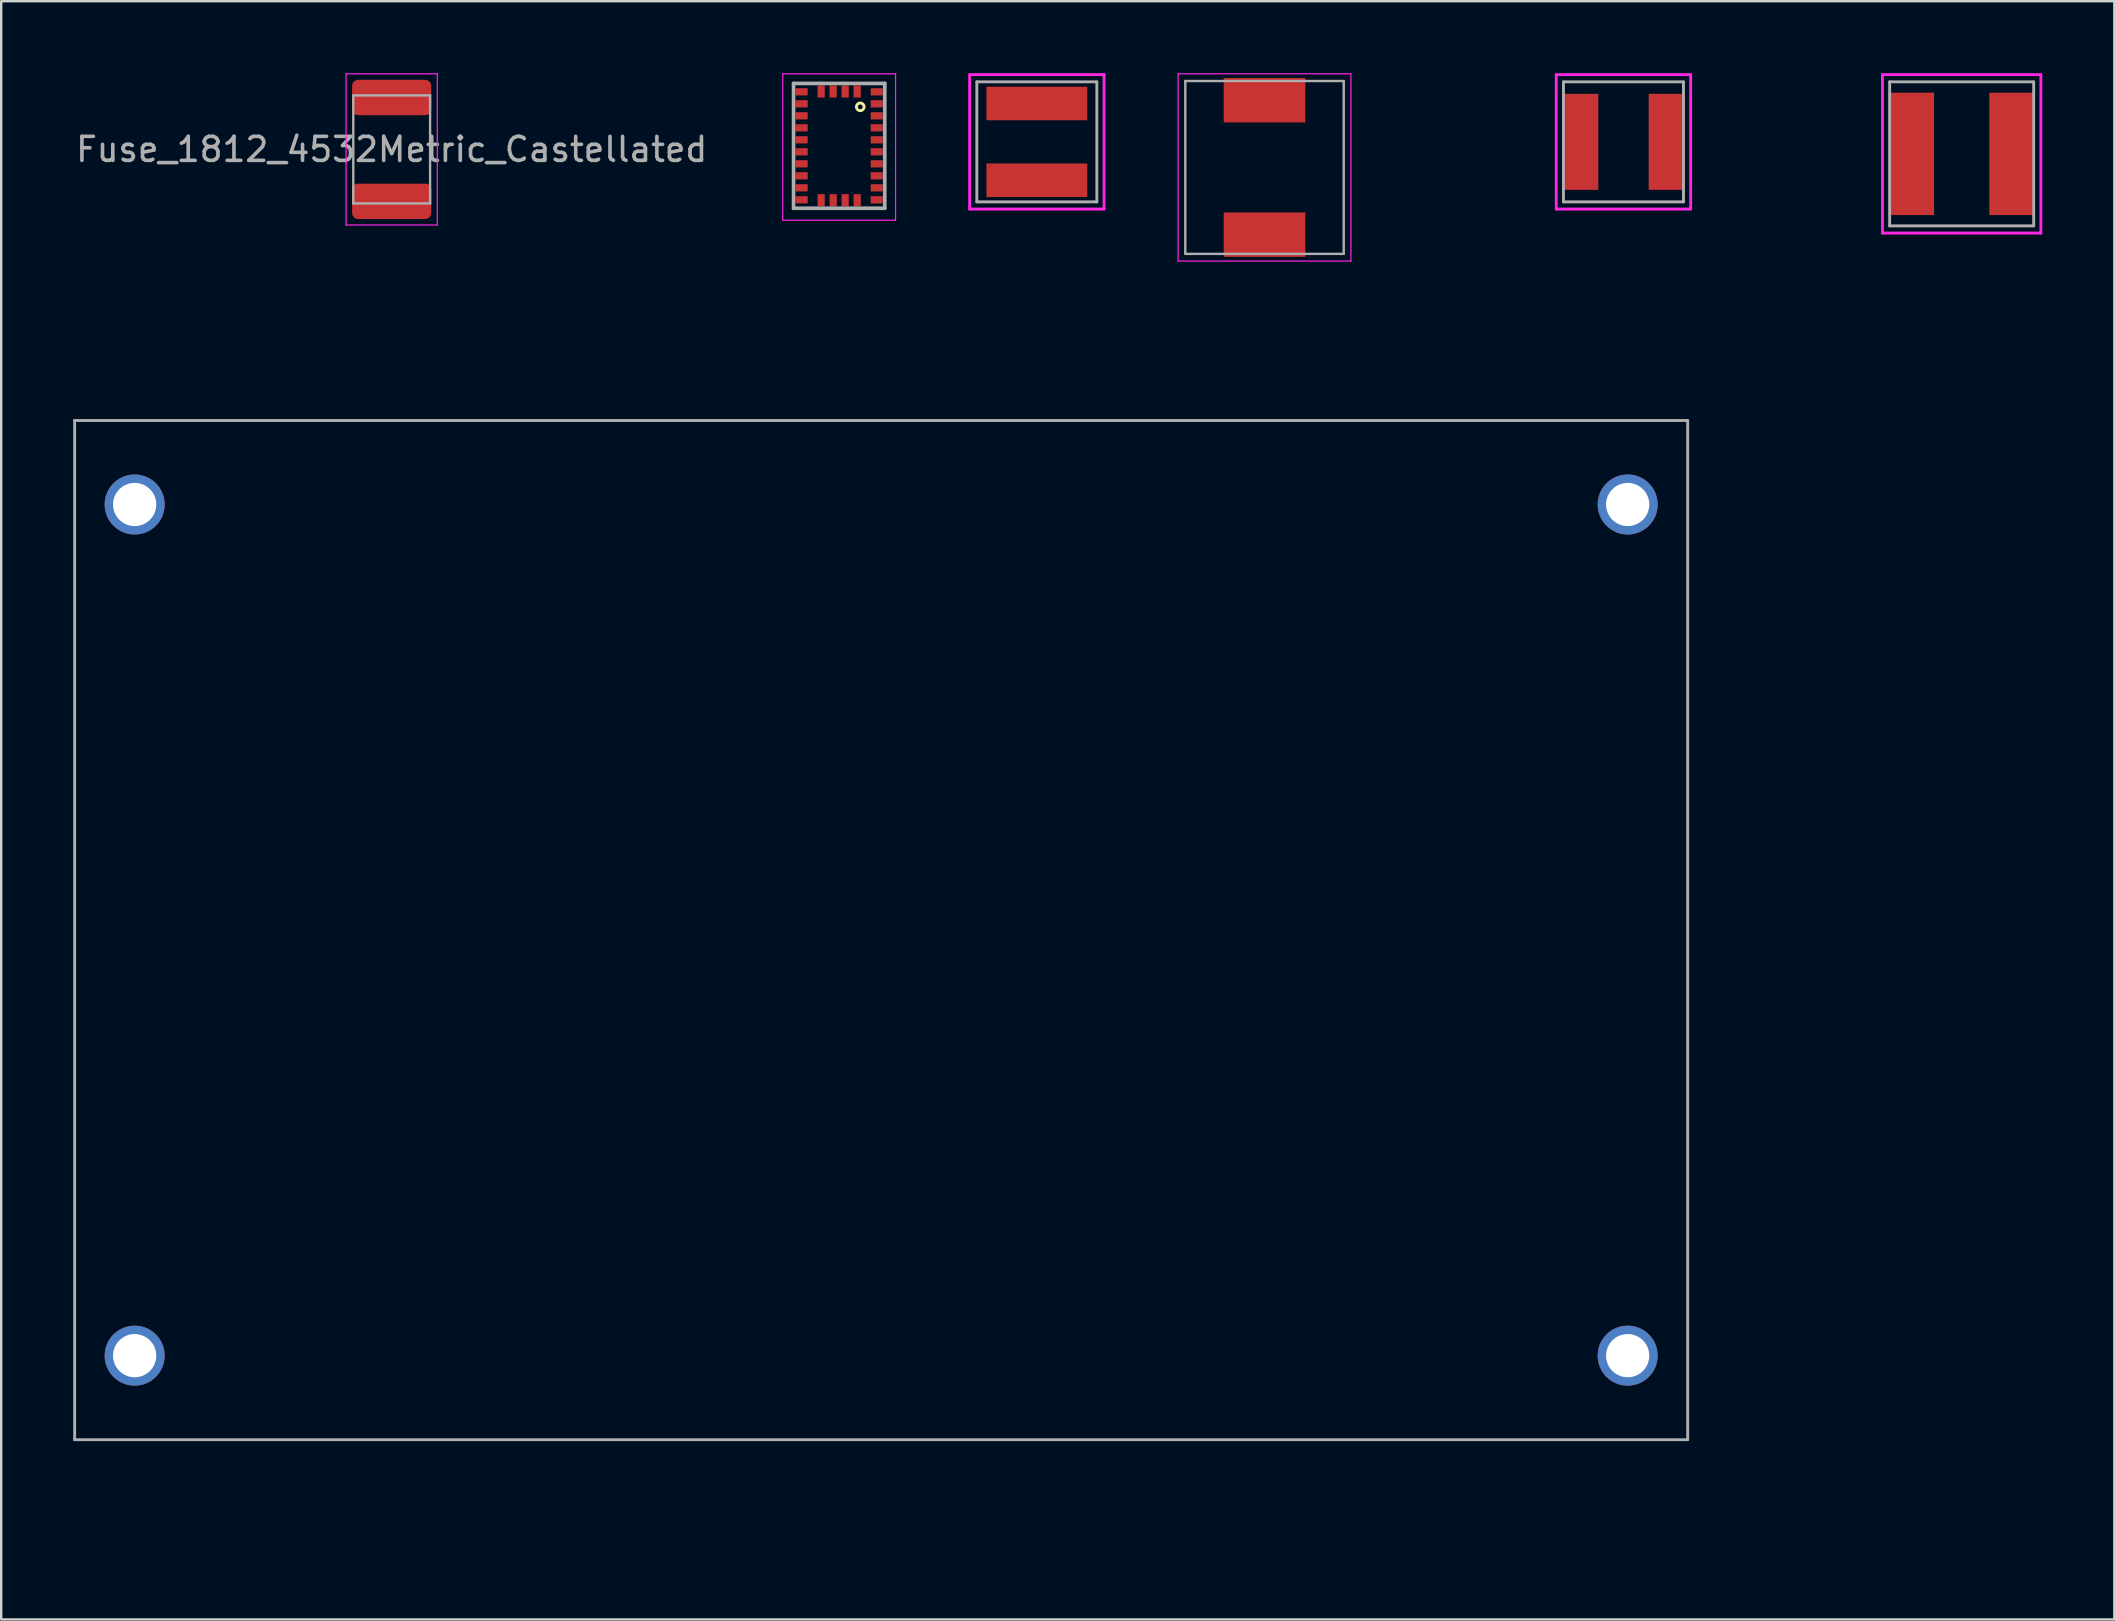
<source format=kicad_pcb>
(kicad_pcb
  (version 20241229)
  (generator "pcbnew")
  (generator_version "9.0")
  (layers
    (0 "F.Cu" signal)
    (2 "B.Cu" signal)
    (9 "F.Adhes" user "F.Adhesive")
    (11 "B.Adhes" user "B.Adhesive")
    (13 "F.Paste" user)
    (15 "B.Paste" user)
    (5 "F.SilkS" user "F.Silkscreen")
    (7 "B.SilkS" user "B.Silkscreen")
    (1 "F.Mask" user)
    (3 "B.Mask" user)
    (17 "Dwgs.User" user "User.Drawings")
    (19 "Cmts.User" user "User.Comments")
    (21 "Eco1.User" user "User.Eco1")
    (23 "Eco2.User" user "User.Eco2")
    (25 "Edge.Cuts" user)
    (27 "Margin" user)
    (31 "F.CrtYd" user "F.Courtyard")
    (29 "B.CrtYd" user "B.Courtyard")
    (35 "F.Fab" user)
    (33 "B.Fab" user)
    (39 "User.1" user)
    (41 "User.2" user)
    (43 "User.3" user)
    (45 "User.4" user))
  (footprint "Fuse_1812_4532Metric_Castellated"
    (layer "F.Cu")
    (at 13.268 3.175)
    (property "Reference" "Fuse_1812_4532Metric_Castellated" (at 0.117 -0.163 180) (layer "Eco2.User") (effects (font (size 0.3 0.3) (thickness 0.075))))
    (attr smd)
    (fp_line (start -1.9 -3.15) (end 1.9 -3.15) (stroke (width 0.05) (type solid)) (layer "F.CrtYd"))
    (fp_line (start -1.9 3.15) (end -1.9 -3.15) (stroke (width 0.05) (type solid)) (layer "F.CrtYd"))
    (fp_line (start 1.9 -3.15) (end 1.9 3.15) (stroke (width 0.05) (type solid)) (layer "F.CrtYd"))
    (fp_line (start 1.9 3.15) (end -1.9 3.15) (stroke (width 0.05) (type solid)) (layer "F.CrtYd"))
    (fp_line (start -1.6 -2.25) (end 1.6 -2.25) (stroke (width 0.1) (type solid)) (layer "F.Fab"))
    (fp_line (start -1.6 2.25) (end -1.6 -2.25) (stroke (width 0.1) (type solid)) (layer "F.Fab"))
    (fp_line (start 1.6 -2.25) (end 1.6 2.25) (stroke (width 0.1) (type solid)) (layer "F.Fab"))
    (fp_line (start 1.6 2.25) (end -1.6 2.25) (stroke (width 0.1) (type solid)) (layer "F.Fab"))
    (fp_text user "${REFERENCE}" (at 0 0 180) (layer "F.Fab") (effects (font (size 1 1) (thickness 0.15))))
    (pad "1" smd roundrect (at 0 2.163 90) (size 1.475 3.3) (layers "F.Cu" "F.Mask" "F.Paste") (roundrect_rratio 0.169))
    (pad "2" smd roundrect (at 0 -2.163 90) (size 1.475 3.3) (layers "F.Cu" "F.Mask" "F.Paste") (roundrect_rratio 0.169)))
  (footprint "Inductor_7.1x6.5mm"
    (layer "F.Cu")
    (at 49.631 3.925)
    (property "Reference" "Inductor_7.1x6.5mm" (at 0.081 0.041 180) (layer "Eco2.User") (effects (font (size 0.3 0.3) (thickness 0.075))))
    (attr smd)
    (fp_line (start -3.6 3.9) (end -3.6 -3.9) (stroke (width 0.05) (type solid)) (layer "F.CrtYd"))
    (fp_line (start 3.6 -3.9) (end -3.6 -3.9) (stroke (width 0.05) (type solid)) (layer "F.CrtYd"))
    (fp_line (start 3.6 -3.9) (end 3.6 3.9) (stroke (width 0.05) (type solid)) (layer "F.CrtYd"))
    (fp_line (start 3.6 3.9) (end -3.6 3.9) (stroke (width 0.05) (type solid)) (layer "F.CrtYd"))
    (fp_line (start -3.3 -3.6) (end -3.3 3.6) (stroke (width 0.1) (type solid)) (layer "F.Fab"))
    (fp_line (start -3.3 -3.6) (end 3.3 -3.6) (stroke (width 0.1) (type solid)) (layer "F.Fab"))
    (fp_line (start 3.3 -3.6) (end 3.3 3.6) (stroke (width 0.1) (type solid)) (layer "F.Fab"))
    (fp_line (start 3.3 3.6) (end -3.3 3.6) (stroke (width 0.1) (type solid)) (layer "F.Fab"))
    (pad "1" smd rect (at 0 -2.8 270) (size 1.85 3.4) (layers "F.Cu" "F.Mask" "F.Paste"))
    (pad "2" smd rect (at 0 2.8 270) (size 1.85 3.4) (layers "F.Cu" "F.Mask" "F.Paste")))
  (footprint "Inductor_TDK_5x5mm"
    (layer "F.Cu")
    (at 64.585 2.86)
    (property "Reference" "Inductor_TDK_5x5mm" (at -0.3 7.7 180) (layer "Eco2.User") (effects (font (size 1 1) (thickness 0.15))))
    (attr smd)
    (fp_line (start -2.8 -2.8) (end 2.8 -2.8) (stroke (width 0.12) (type solid)) (layer "F.CrtYd"))
    (fp_line (start -2.8 2.8) (end -2.8 -2.8) (stroke (width 0.12) (type solid)) (layer "F.CrtYd"))
    (fp_line (start 2.8 -2.8) (end 2.8 2.8) (stroke (width 0.12) (type solid)) (layer "F.CrtYd"))
    (fp_line (start 2.8 2.8) (end -2.8 2.8) (stroke (width 0.12) (type solid)) (layer "F.CrtYd"))
    (fp_line (start -2.5 -2.5) (end -2.5 2.5) (stroke (width 0.12) (type solid)) (layer "F.Fab"))
    (fp_line (start -2.5 2.5) (end 2.5 2.5) (stroke (width 0.12) (type solid)) (layer "F.Fab"))
    (fp_line (start 2.5 -2.5) (end -2.5 -2.5) (stroke (width 0.12) (type solid)) (layer "F.Fab"))
    (fp_line (start 2.5 2.5) (end 2.5 -2.5) (stroke (width 0.12) (type solid)) (layer "F.Fab"))
    (pad "1" smd rect (at -1.8 0) (size 1.5 4) (layers "F.Cu" "F.Mask" "F.Paste"))
    (pad "2" smd rect (at 1.8 0) (size 1.5 4) (layers "F.Cu" "F.Mask" "F.Paste")))
  (footprint "IMU-BNO055"
    (layer "F.Cu")
    (at 31.905 3.027)
    (property "Reference" "IMU-BNO055" (at 0.224 -0.051 180) (layer "Eco2.User") (effects (font (size 0.3 0.3) (thickness 0.075))))
    (attr smd)
    (fp_circle (center 0.884 -1.626) (end 0.884 -1.466) (stroke (width 0.12) (type solid)) (fill no) (layer "F.SilkS"))
    (fp_line (start -2.345 -3.002) (end -2.345 3.098) (stroke (width 0.05) (type solid)) (layer "F.CrtYd"))
    (fp_line (start -2.345 3.098) (end 2.305 3.098) (stroke (width 0.05) (type solid)) (layer "F.CrtYd"))
    (fp_line (start 2.305 3.098) (end 2.355 3.098) (stroke (width 0.05) (type solid)) (layer "F.CrtYd"))
    (fp_line (start 2.355 -3.002) (end -2.345 -3.002) (stroke (width 0.05) (type solid)) (layer "F.CrtYd"))
    (fp_line (start 2.355 3.098) (end 2.355 -3.002) (stroke (width 0.05) (type solid)) (layer "F.CrtYd"))
    (fp_line (start -1.895 -2.602) (end -1.895 2.598) (stroke (width 0.152) (type solid)) (layer "F.Fab"))
    (fp_line (start 1.905 -2.602) (end -1.895 -2.602) (stroke (width 0.152) (type solid)) (layer "F.Fab"))
    (fp_line (start 1.905 -2.602) (end 1.905 2.598) (stroke (width 0.152) (type solid)) (layer "F.Fab"))
    (fp_line (start 1.905 2.598) (end -1.895 2.598) (stroke (width 0.152) (type solid)) (layer "F.Fab"))
    (pad "1" smd rect (at 1.568 -2.252 270) (size 0.3 0.5) (layers "F.Cu" "F.Mask" "F.Paste"))
    (pad "2" smd rect (at 0.755 -2.264) (size 0.3 0.5) (layers "F.Cu" "F.Mask" "F.Paste"))
    (pad "3" smd rect (at 0.255 -2.264) (size 0.3 0.5) (layers "F.Cu" "F.Mask" "F.Paste"))
    (pad "4" smd rect (at -0.245 -2.264) (size 0.3 0.5) (layers "F.Cu" "F.Mask" "F.Paste"))
    (pad "5" smd rect (at -0.745 -2.264) (size 0.3 0.5) (layers "F.Cu" "F.Mask" "F.Paste"))
    (pad "6" smd rect (at -1.557 -2.252 270) (size 0.3 0.5) (layers "F.Cu" "F.Mask" "F.Paste"))
    (pad "7" smd rect (at -1.557 -1.752 270) (size 0.3 0.5) (layers "F.Cu" "F.Mask" "F.Paste"))
    (pad "8" smd rect (at -1.557 -1.252 270) (size 0.3 0.5) (layers "F.Cu" "F.Mask" "F.Paste"))
    (pad "9" smd rect (at -1.557 -0.752 270) (size 0.3 0.5) (layers "F.Cu" "F.Mask" "F.Paste"))
    (pad "10" smd rect (at -1.557 -0.252 270) (size 0.3 0.5) (layers "F.Cu" "F.Mask" "F.Paste"))
    (pad "11" smd rect (at -1.557 0.248 270) (size 0.3 0.5) (layers "F.Cu" "F.Mask" "F.Paste"))
    (pad "12" smd rect (at -1.557 0.748 270) (size 0.3 0.5) (layers "F.Cu" "F.Mask" "F.Paste"))
    (pad "13" smd rect (at -1.557 1.248 270) (size 0.3 0.5) (layers "F.Cu" "F.Mask" "F.Paste"))
    (pad "14" smd rect (at -1.557 1.748 270) (size 0.3 0.5) (layers "F.Cu" "F.Mask" "F.Paste"))
    (pad "15" smd rect (at -1.557 2.248 270) (size 0.3 0.5) (layers "F.Cu" "F.Mask" "F.Paste"))
    (pad "16" smd rect (at -0.745 2.261) (size 0.3 0.5) (layers "F.Cu" "F.Mask" "F.Paste"))
    (pad "17" smd rect (at -0.245 2.261) (size 0.3 0.5) (layers "F.Cu" "F.Mask" "F.Paste"))
    (pad "18" smd rect (at 0.255 2.261) (size 0.3 0.5) (layers "F.Cu" "F.Mask" "F.Paste"))
    (pad "19" smd rect (at 0.755 2.261) (size 0.3 0.5) (layers "F.Cu" "F.Mask" "F.Paste"))
    (pad "20" smd rect (at 1.568 2.248 270) (size 0.3 0.5) (layers "F.Cu" "F.Mask" "F.Paste"))
    (pad "21" smd rect (at 1.568 1.748 270) (size 0.3 0.5) (layers "F.Cu" "F.Mask" "F.Paste"))
    (pad "22" smd rect (at 1.568 1.248 270) (size 0.3 0.5) (layers "F.Cu" "F.Mask" "F.Paste"))
    (pad "23" smd rect (at 1.568 0.748 270) (size 0.3 0.5) (layers "F.Cu" "F.Mask" "F.Paste"))
    (pad "24" smd rect (at 1.568 0.248 270) (size 0.3 0.5) (layers "F.Cu" "F.Mask" "F.Paste"))
    (pad "25" smd rect (at 1.568 -0.252 270) (size 0.3 0.5) (layers "F.Cu" "F.Mask" "F.Paste"))
    (pad "26" smd rect (at 1.568 -0.752 270) (size 0.3 0.5) (layers "F.Cu" "F.Mask" "F.Paste"))
    (pad "27" smd rect (at 1.568 -1.252 270) (size 0.3 0.5) (layers "F.Cu" "F.Mask" "F.Paste"))
    (pad "28" smd rect (at 1.568 -1.752 270) (size 0.3 0.5) (layers "F.Cu" "F.Mask" "F.Paste")))
  (footprint "Inductor_5x5mm"
    (layer "F.Cu")
    (at 40.146 2.86)
    (property "Reference" "Inductor_5x5mm" (at 0.147 -0.041 0) (layer "Eco2.User") (effects (font (size 0.3 0.3) (thickness 0.075))))
    (attr smd)
    (fp_line (start -2.8 -2.8) (end 2.8 -2.8) (stroke (width 0.12) (type solid)) (layer "F.CrtYd"))
    (fp_line (start -2.8 2.8) (end -2.8 -2.8) (stroke (width 0.12) (type solid)) (layer "F.CrtYd"))
    (fp_line (start 2.8 2.8) (end -2.8 2.8) (stroke (width 0.12) (type solid)) (layer "F.CrtYd"))
    (fp_line (start 2.8 2.8) (end 2.8 -2.8) (stroke (width 0.12) (type solid)) (layer "F.CrtYd"))
    (fp_line (start -2.5 -2.5) (end -2.5 2.5) (stroke (width 0.12) (type solid)) (layer "F.Fab"))
    (fp_line (start 2.5 -2.5) (end -2.5 -2.5) (stroke (width 0.12) (type solid)) (layer "F.Fab"))
    (fp_line (start 2.5 -2.5) (end 2.5 2.5) (stroke (width 0.12) (type solid)) (layer "F.Fab"))
    (fp_line (start 2.5 2.5) (end -2.5 2.5) (stroke (width 0.12) (type solid)) (layer "F.Fab"))
    (pad "1" smd rect (at 0 -1.6 270) (size 1.4 4.2) (layers "F.Cu" "F.Mask" "F.Paste"))
    (pad "2" smd rect (at 0 1.6 270) (size 1.4 4.2) (layers "F.Cu" "F.Mask" "F.Paste")))
  (footprint "IPS_TFT_MOUNT"
    (layer "F.Cu")
    (at 33.66 35.698)
    (property "Reference" "IPS_TFT_MOUNT" (at 0.808 25.413 0) (layer "Eco2.User") (effects (font (size 0.3 0.3) (thickness 0.075))))
    (attr through_hole)
    (fp_line (start -33.6 -21.23) (end 33.6 -21.23) (stroke (width 0.12) (type solid)) (layer "F.Fab"))
    (fp_line (start -33.6 21.23) (end -33.6 -21.23) (stroke (width 0.12) (type solid)) (layer "F.Fab"))
    (fp_line (start -33.6 21.23) (end 33.6 21.23) (stroke (width 0.12) (type solid)) (layer "F.Fab"))
    (fp_line (start 33.6 -21.23) (end 33.6 21.23) (stroke (width 0.12) (type solid)) (layer "F.Fab"))
    (pad "1" thru_hole circle (at -31.1 -17.73) (size 2.5 2.5) (drill 1.8) (layers "*.Cu" "*.Mask"))
    (pad "1" thru_hole circle (at -31.1 17.73) (size 2.5 2.5) (drill 1.8) (layers "*.Cu" "*.Mask"))
    (pad "1" thru_hole circle (at 31.1 -17.73) (size 2.5 2.5) (drill 1.8) (layers "*.Cu" "*.Mask"))
    (pad "1" thru_hole circle (at 31.1 17.73) (size 2.5 2.5) (drill 1.8) (layers "*.Cu" "*.Mask")))
  (footprint "Inductor_TDK_6x6mm"
    (layer "F.Cu")
    (at 78.675 3.36)
    (property "Reference" "Inductor_TDK_6x6mm" (at -0.3 7.7 0) (layer "Eco2.User") (effects (font (size 0.3 0.3) (thickness 0.075))))
    (attr through_hole)
    (fp_line (start -3.3 -3.3) (end 3.3 -3.3) (stroke (width 0.12) (type solid)) (layer "F.CrtYd"))
    (fp_line (start -3.3 3.3) (end -3.3 -3.3) (stroke (width 0.12) (type solid)) (layer "F.CrtYd"))
    (fp_line (start 3.3 -3.3) (end 3.3 3.3) (stroke (width 0.12) (type solid)) (layer "F.CrtYd"))
    (fp_line (start 3.3 3.3) (end -3.3 3.3) (stroke (width 0.12) (type solid)) (layer "F.CrtYd"))
    (fp_line (start -3 -3) (end -3 3) (stroke (width 0.12) (type solid)) (layer "F.Fab"))
    (fp_line (start -3 3) (end 3 3) (stroke (width 0.12) (type solid)) (layer "F.Fab"))
    (fp_line (start 3 -3) (end -3 -3) (stroke (width 0.12) (type solid)) (layer "F.Fab"))
    (fp_line (start 3 3) (end 3 -3) (stroke (width 0.12) (type solid)) (layer "F.Fab"))
    (pad "1" smd rect (at -2.1 0) (size 1.9 5.1) (layers "F.Cu" "F.Mask" "F.Paste"))
    (pad "2" smd rect (at 2.1 0) (size 1.9 5.1) (layers "F.Cu" "F.Mask" "F.Paste")))
  (gr_rect
    (start -3 -3)
    (end 85.035 64.418)
    (stroke (width 0.1) (type default))
    (fill no)
    (layer "Edge.Cuts")))
</source>
